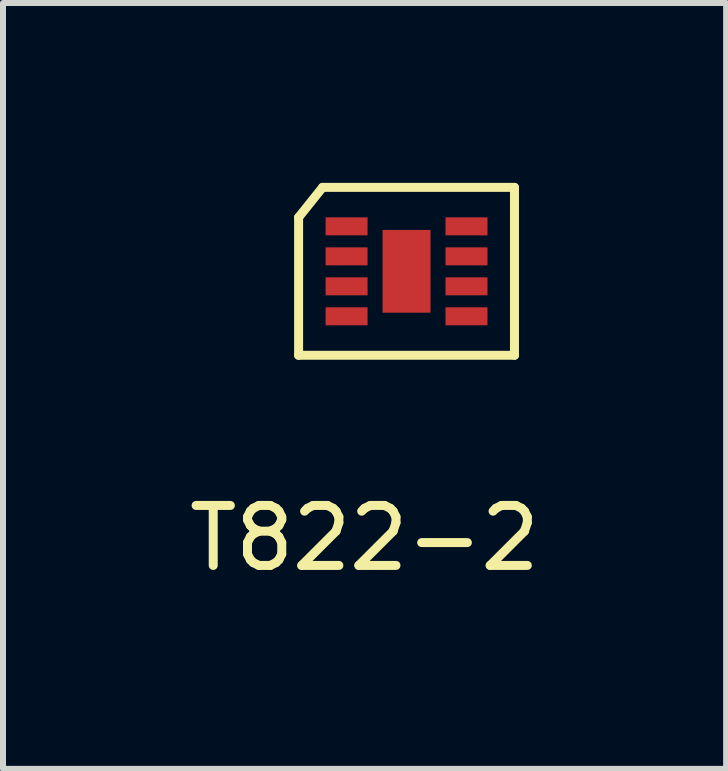
<source format=kicad_pcb>
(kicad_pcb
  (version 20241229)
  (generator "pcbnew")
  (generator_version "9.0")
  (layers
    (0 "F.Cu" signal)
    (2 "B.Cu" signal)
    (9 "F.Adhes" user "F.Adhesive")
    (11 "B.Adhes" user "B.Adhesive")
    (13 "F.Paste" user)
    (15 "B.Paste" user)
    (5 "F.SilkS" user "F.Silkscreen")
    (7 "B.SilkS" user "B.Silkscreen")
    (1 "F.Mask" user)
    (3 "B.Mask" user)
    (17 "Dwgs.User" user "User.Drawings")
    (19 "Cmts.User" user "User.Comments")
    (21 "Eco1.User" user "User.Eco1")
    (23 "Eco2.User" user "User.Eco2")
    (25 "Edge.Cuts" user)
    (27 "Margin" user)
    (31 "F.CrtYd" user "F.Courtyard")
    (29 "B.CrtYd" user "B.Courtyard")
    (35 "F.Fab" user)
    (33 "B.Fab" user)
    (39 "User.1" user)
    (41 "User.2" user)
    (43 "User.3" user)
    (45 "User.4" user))
  (footprint "T822-2"
    (layer "F.Cu")
    (at 3.73 1.475)
    (property "Reference" "T822-2" (at -0.7 4.45 0) (layer "F.SilkS") (effects (font (size 1 1) (thickness 0.15))))
    (attr through_hole)
    (fp_line (start -1.8 -0.9) (end -1.4 -1.4) (stroke (width 0.15) (type solid)) (layer "F.SilkS"))
    (fp_line (start -1.8 1.4) (end -1.8 -0.9) (stroke (width 0.15) (type solid)) (layer "F.SilkS"))
    (fp_line (start -1.4 -1.4) (end 1.8 -1.4) (stroke (width 0.15) (type solid)) (layer "F.SilkS"))
    (fp_line (start 1.8 -1.4) (end 1.8 1.4) (stroke (width 0.15) (type solid)) (layer "F.SilkS"))
    (fp_line (start 1.8 1.4) (end -1.8 1.4) (stroke (width 0.15) (type solid)) (layer "F.SilkS"))
    (pad "" smd rect (at 0 0) (size 0.8 1.38) (layers "F.Cu" "F.Mask" "F.Paste"))
    (pad "1" smd rect (at -1 -0.75 90) (size 0.3 0.7) (layers "F.Cu" "F.Mask" "F.Paste"))
    (pad "2" smd rect (at -1 -0.25 90) (size 0.3 0.7) (layers "F.Cu" "F.Mask" "F.Paste"))
    (pad "3" smd rect (at -1 0.25 90) (size 0.3 0.7) (layers "F.Cu" "F.Mask" "F.Paste"))
    (pad "4" smd rect (at -1 0.75 90) (size 0.3 0.7) (layers "F.Cu" "F.Mask" "F.Paste"))
    (pad "5" smd rect (at 1 0.75 90) (size 0.3 0.7) (layers "F.Cu" "F.Mask" "F.Paste"))
    (pad "6" smd rect (at 1 0.25 90) (size 0.3 0.7) (layers "F.Cu" "F.Mask" "F.Paste"))
    (pad "7" smd rect (at 1 -0.25 90) (size 0.3 0.7) (layers "F.Cu" "F.Mask" "F.Paste"))
    (pad "8" smd rect (at 1 -0.75 90) (size 0.3 0.7) (layers "F.Cu" "F.Mask" "F.Paste")))
  (gr_rect
    (start -3 -3)
    (end 9.06 9.773)
    (stroke (width 0.1) (type default))
    (fill no)
    (layer "Edge.Cuts")))
</source>
